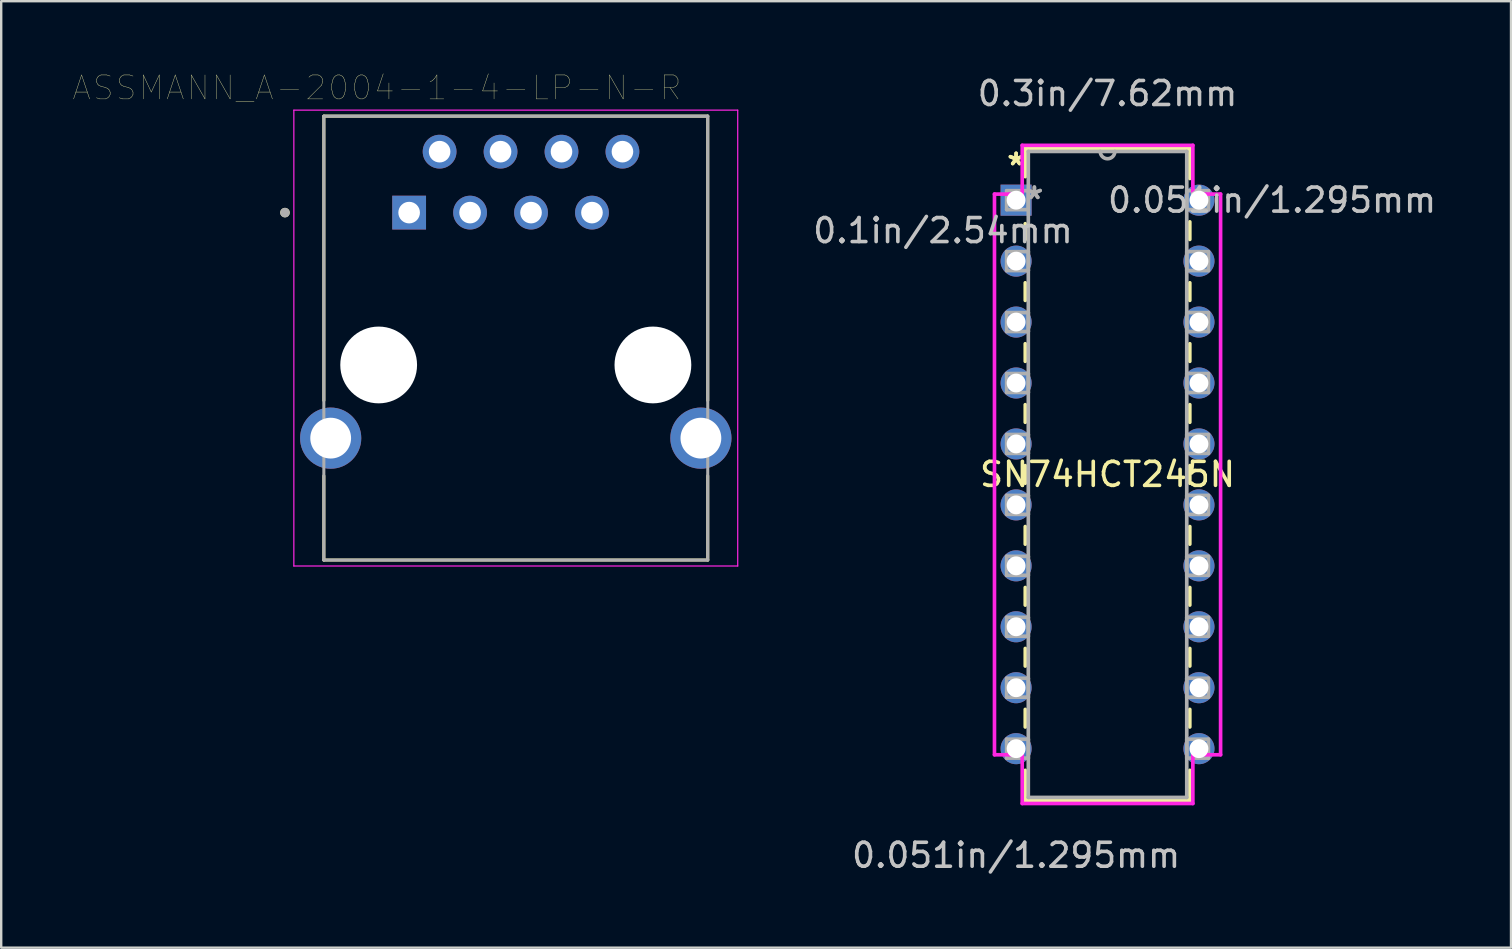
<source format=kicad_pcb>
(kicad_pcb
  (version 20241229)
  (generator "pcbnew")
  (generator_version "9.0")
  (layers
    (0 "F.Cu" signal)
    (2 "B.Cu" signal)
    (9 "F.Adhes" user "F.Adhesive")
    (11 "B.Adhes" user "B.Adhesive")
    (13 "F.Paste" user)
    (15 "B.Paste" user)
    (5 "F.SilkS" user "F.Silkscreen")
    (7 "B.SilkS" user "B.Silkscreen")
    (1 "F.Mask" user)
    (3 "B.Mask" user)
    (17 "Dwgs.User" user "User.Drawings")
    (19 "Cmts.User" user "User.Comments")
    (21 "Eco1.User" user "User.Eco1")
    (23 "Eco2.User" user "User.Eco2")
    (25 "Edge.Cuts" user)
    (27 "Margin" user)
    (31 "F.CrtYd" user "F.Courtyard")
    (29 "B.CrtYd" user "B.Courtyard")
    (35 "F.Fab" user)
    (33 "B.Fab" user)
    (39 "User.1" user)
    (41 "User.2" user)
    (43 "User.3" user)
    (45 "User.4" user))
  (footprint "SN74HCT245N"
    (layer "F.Cu")
    (at 46.92 28.153)
    (property "Reference" "SN74HCT245N" (at -3.81 -11.43 0) (layer "F.SilkS") (effects (font (size 1 1) (thickness 0.15))))
    (attr through_hole)
    (fp_line (start -7.239 -25.019) (end -7.239 -23.84) (stroke (width 0.152) (type solid)) (layer "F.SilkS"))
    (fp_line (start -7.239 -21.88) (end -7.239 -21.223) (stroke (width 0.152) (type solid)) (layer "F.SilkS"))
    (fp_line (start -7.239 -19.417) (end -7.239 -18.683) (stroke (width 0.152) (type solid)) (layer "F.SilkS"))
    (fp_line (start -7.239 -16.877) (end -7.239 -16.143) (stroke (width 0.152) (type solid)) (layer "F.SilkS"))
    (fp_line (start -7.239 -14.337) (end -7.239 -13.603) (stroke (width 0.152) (type solid)) (layer "F.SilkS"))
    (fp_line (start -7.239 -11.797) (end -7.239 -11.063) (stroke (width 0.152) (type solid)) (layer "F.SilkS"))
    (fp_line (start -7.239 -9.257) (end -7.239 -8.523) (stroke (width 0.152) (type solid)) (layer "F.SilkS"))
    (fp_line (start -7.239 -6.717) (end -7.239 -5.983) (stroke (width 0.152) (type solid)) (layer "F.SilkS"))
    (fp_line (start -7.239 -4.177) (end -7.239 -3.443) (stroke (width 0.152) (type solid)) (layer "F.SilkS"))
    (fp_line (start -7.239 -1.637) (end -7.239 -0.903) (stroke (width 0.152) (type solid)) (layer "F.SilkS"))
    (fp_line (start -7.239 0.903) (end -7.239 2.159) (stroke (width 0.152) (type solid)) (layer "F.SilkS"))
    (fp_line (start -7.239 2.159) (end -0.381 2.159) (stroke (width 0.152) (type solid)) (layer "F.SilkS"))
    (fp_line (start -0.381 -25.019) (end -7.239 -25.019) (stroke (width 0.152) (type solid)) (layer "F.SilkS"))
    (fp_line (start -0.381 -23.763) (end -0.381 -25.019) (stroke (width 0.152) (type solid)) (layer "F.SilkS"))
    (fp_line (start -0.381 -21.223) (end -0.381 -21.957) (stroke (width 0.152) (type solid)) (layer "F.SilkS"))
    (fp_line (start -0.381 -18.683) (end -0.381 -19.417) (stroke (width 0.152) (type solid)) (layer "F.SilkS"))
    (fp_line (start -0.381 -16.143) (end -0.381 -16.877) (stroke (width 0.152) (type solid)) (layer "F.SilkS"))
    (fp_line (start -0.381 -13.603) (end -0.381 -14.337) (stroke (width 0.152) (type solid)) (layer "F.SilkS"))
    (fp_line (start -0.381 -11.063) (end -0.381 -11.797) (stroke (width 0.152) (type solid)) (layer "F.SilkS"))
    (fp_line (start -0.381 -8.523) (end -0.381 -9.257) (stroke (width 0.152) (type solid)) (layer "F.SilkS"))
    (fp_line (start -0.381 -5.983) (end -0.381 -6.717) (stroke (width 0.152) (type solid)) (layer "F.SilkS"))
    (fp_line (start -0.381 -3.443) (end -0.381 -4.177) (stroke (width 0.152) (type solid)) (layer "F.SilkS"))
    (fp_line (start -0.381 -0.903) (end -0.381 -1.637) (stroke (width 0.152) (type solid)) (layer "F.SilkS"))
    (fp_line (start -0.381 2.159) (end -0.381 0.903) (stroke (width 0.152) (type solid)) (layer "F.SilkS"))
    (fp_line (start -8.522 -23.114) (end -8.522 0.254) (stroke (width 0.152) (type solid)) (layer "F.CrtYd"))
    (fp_line (start -8.522 0.254) (end -7.366 0.254) (stroke (width 0.152) (type solid)) (layer "F.CrtYd"))
    (fp_line (start -7.366 -25.146) (end -7.366 -23.114) (stroke (width 0.152) (type solid)) (layer "F.CrtYd"))
    (fp_line (start -7.366 -23.114) (end -8.522 -23.114) (stroke (width 0.152) (type solid)) (layer "F.CrtYd"))
    (fp_line (start -7.366 0.254) (end -7.366 2.286) (stroke (width 0.152) (type solid)) (layer "F.CrtYd"))
    (fp_line (start -7.366 2.286) (end -0.254 2.286) (stroke (width 0.152) (type solid)) (layer "F.CrtYd"))
    (fp_line (start -0.254 -25.146) (end -7.366 -25.146) (stroke (width 0.152) (type solid)) (layer "F.CrtYd"))
    (fp_line (start -0.254 -23.114) (end -0.254 -25.146) (stroke (width 0.152) (type solid)) (layer "F.CrtYd"))
    (fp_line (start -0.254 0.254) (end 0.902 0.254) (stroke (width 0.152) (type solid)) (layer "F.CrtYd"))
    (fp_line (start -0.254 2.286) (end -0.254 0.254) (stroke (width 0.152) (type solid)) (layer "F.CrtYd"))
    (fp_line (start 0.902 -23.114) (end -0.254 -23.114) (stroke (width 0.152) (type solid)) (layer "F.CrtYd"))
    (fp_line (start 0.902 0.254) (end 0.902 -23.114) (stroke (width 0.152) (type solid)) (layer "F.CrtYd"))
    (fp_line (start -8.014 -23.254) (end -8.014 -22.466) (stroke (width 0.152) (type solid)) (layer "F.Fab"))
    (fp_line (start -8.014 -22.466) (end -7.112 -22.466) (stroke (width 0.152) (type solid)) (layer "F.Fab"))
    (fp_line (start -8.014 -20.714) (end -8.014 -19.926) (stroke (width 0.152) (type solid)) (layer "F.Fab"))
    (fp_line (start -8.014 -19.926) (end -7.112 -19.926) (stroke (width 0.152) (type solid)) (layer "F.Fab"))
    (fp_line (start -8.014 -18.174) (end -8.014 -17.386) (stroke (width 0.152) (type solid)) (layer "F.Fab"))
    (fp_line (start -8.014 -17.386) (end -7.112 -17.386) (stroke (width 0.152) (type solid)) (layer "F.Fab"))
    (fp_line (start -8.014 -15.634) (end -8.014 -14.846) (stroke (width 0.152) (type solid)) (layer "F.Fab"))
    (fp_line (start -8.014 -14.846) (end -7.112 -14.846) (stroke (width 0.152) (type solid)) (layer "F.Fab"))
    (fp_line (start -8.014 -13.094) (end -8.014 -12.306) (stroke (width 0.152) (type solid)) (layer "F.Fab"))
    (fp_line (start -8.014 -12.306) (end -7.112 -12.306) (stroke (width 0.152) (type solid)) (layer "F.Fab"))
    (fp_line (start -8.014 -10.554) (end -8.014 -9.766) (stroke (width 0.152) (type solid)) (layer "F.Fab"))
    (fp_line (start -8.014 -9.766) (end -7.112 -9.766) (stroke (width 0.152) (type solid)) (layer "F.Fab"))
    (fp_line (start -8.014 -8.014) (end -8.014 -7.226) (stroke (width 0.152) (type solid)) (layer "F.Fab"))
    (fp_line (start -8.014 -7.226) (end -7.112 -7.226) (stroke (width 0.152) (type solid)) (layer "F.Fab"))
    (fp_line (start -8.014 -5.474) (end -8.014 -4.686) (stroke (width 0.152) (type solid)) (layer "F.Fab"))
    (fp_line (start -8.014 -4.686) (end -7.112 -4.686) (stroke (width 0.152) (type solid)) (layer "F.Fab"))
    (fp_line (start -8.014 -2.934) (end -8.014 -2.146) (stroke (width 0.152) (type solid)) (layer "F.Fab"))
    (fp_line (start -8.014 -2.146) (end -7.112 -2.146) (stroke (width 0.152) (type solid)) (layer "F.Fab"))
    (fp_line (start -8.014 -0.394) (end -8.014 0.394) (stroke (width 0.152) (type solid)) (layer "F.Fab"))
    (fp_line (start -8.014 0.394) (end -7.112 0.394) (stroke (width 0.152) (type solid)) (layer "F.Fab"))
    (fp_line (start -7.112 -24.892) (end -7.112 2.032) (stroke (width 0.152) (type solid)) (layer "F.Fab"))
    (fp_line (start -7.112 -23.254) (end -8.014 -23.254) (stroke (width 0.152) (type solid)) (layer "F.Fab"))
    (fp_line (start -7.112 -22.466) (end -7.112 -23.254) (stroke (width 0.152) (type solid)) (layer "F.Fab"))
    (fp_line (start -7.112 -20.714) (end -8.014 -20.714) (stroke (width 0.152) (type solid)) (layer "F.Fab"))
    (fp_line (start -7.112 -19.926) (end -7.112 -20.714) (stroke (width 0.152) (type solid)) (layer "F.Fab"))
    (fp_line (start -7.112 -18.174) (end -8.014 -18.174) (stroke (width 0.152) (type solid)) (layer "F.Fab"))
    (fp_line (start -7.112 -17.386) (end -7.112 -18.174) (stroke (width 0.152) (type solid)) (layer "F.Fab"))
    (fp_line (start -7.112 -15.634) (end -8.014 -15.634) (stroke (width 0.152) (type solid)) (layer "F.Fab"))
    (fp_line (start -7.112 -14.846) (end -7.112 -15.634) (stroke (width 0.152) (type solid)) (layer "F.Fab"))
    (fp_line (start -7.112 -13.094) (end -8.014 -13.094) (stroke (width 0.152) (type solid)) (layer "F.Fab"))
    (fp_line (start -7.112 -12.306) (end -7.112 -13.094) (stroke (width 0.152) (type solid)) (layer "F.Fab"))
    (fp_line (start -7.112 -10.554) (end -8.014 -10.554) (stroke (width 0.152) (type solid)) (layer "F.Fab"))
    (fp_line (start -7.112 -9.766) (end -7.112 -10.554) (stroke (width 0.152) (type solid)) (layer "F.Fab"))
    (fp_line (start -7.112 -8.014) (end -8.014 -8.014) (stroke (width 0.152) (type solid)) (layer "F.Fab"))
    (fp_line (start -7.112 -7.226) (end -7.112 -8.014) (stroke (width 0.152) (type solid)) (layer "F.Fab"))
    (fp_line (start -7.112 -5.474) (end -8.014 -5.474) (stroke (width 0.152) (type solid)) (layer "F.Fab"))
    (fp_line (start -7.112 -4.686) (end -7.112 -5.474) (stroke (width 0.152) (type solid)) (layer "F.Fab"))
    (fp_line (start -7.112 -2.934) (end -8.014 -2.934) (stroke (width 0.152) (type solid)) (layer "F.Fab"))
    (fp_line (start -7.112 -2.146) (end -7.112 -2.934) (stroke (width 0.152) (type solid)) (layer "F.Fab"))
    (fp_line (start -7.112 -0.394) (end -8.014 -0.394) (stroke (width 0.152) (type solid)) (layer "F.Fab"))
    (fp_line (start -7.112 0.394) (end -7.112 -0.394) (stroke (width 0.152) (type solid)) (layer "F.Fab"))
    (fp_line (start -7.112 2.032) (end -0.508 2.032) (stroke (width 0.152) (type solid)) (layer "F.Fab"))
    (fp_line (start -0.508 -24.892) (end -7.112 -24.892) (stroke (width 0.152) (type solid)) (layer "F.Fab"))
    (fp_line (start -0.508 -23.254) (end -0.508 -22.466) (stroke (width 0.152) (type solid)) (layer "F.Fab"))
    (fp_line (start -0.508 -22.466) (end 0.394 -22.466) (stroke (width 0.152) (type solid)) (layer "F.Fab"))
    (fp_line (start -0.508 -20.714) (end -0.508 -19.926) (stroke (width 0.152) (type solid)) (layer "F.Fab"))
    (fp_line (start -0.508 -19.926) (end 0.394 -19.926) (stroke (width 0.152) (type solid)) (layer "F.Fab"))
    (fp_line (start -0.508 -18.174) (end -0.508 -17.386) (stroke (width 0.152) (type solid)) (layer "F.Fab"))
    (fp_line (start -0.508 -17.386) (end 0.394 -17.386) (stroke (width 0.152) (type solid)) (layer "F.Fab"))
    (fp_line (start -0.508 -15.634) (end -0.508 -14.846) (stroke (width 0.152) (type solid)) (layer "F.Fab"))
    (fp_line (start -0.508 -14.846) (end 0.394 -14.846) (stroke (width 0.152) (type solid)) (layer "F.Fab"))
    (fp_line (start -0.508 -13.094) (end -0.508 -12.306) (stroke (width 0.152) (type solid)) (layer "F.Fab"))
    (fp_line (start -0.508 -12.306) (end 0.394 -12.306) (stroke (width 0.152) (type solid)) (layer "F.Fab"))
    (fp_line (start -0.508 -10.554) (end -0.508 -9.766) (stroke (width 0.152) (type solid)) (layer "F.Fab"))
    (fp_line (start -0.508 -9.766) (end 0.394 -9.766) (stroke (width 0.152) (type solid)) (layer "F.Fab"))
    (fp_line (start -0.508 -8.014) (end -0.508 -7.226) (stroke (width 0.152) (type solid)) (layer "F.Fab"))
    (fp_line (start -0.508 -7.226) (end 0.394 -7.226) (stroke (width 0.152) (type solid)) (layer "F.Fab"))
    (fp_line (start -0.508 -5.474) (end -0.508 -4.686) (stroke (width 0.152) (type solid)) (layer "F.Fab"))
    (fp_line (start -0.508 -4.686) (end 0.394 -4.686) (stroke (width 0.152) (type solid)) (layer "F.Fab"))
    (fp_line (start -0.508 -2.934) (end -0.508 -2.146) (stroke (width 0.152) (type solid)) (layer "F.Fab"))
    (fp_line (start -0.508 -2.146) (end 0.394 -2.146) (stroke (width 0.152) (type solid)) (layer "F.Fab"))
    (fp_line (start -0.508 -0.394) (end -0.508 0.394) (stroke (width 0.152) (type solid)) (layer "F.Fab"))
    (fp_line (start -0.508 0.394) (end 0.394 0.394) (stroke (width 0.152) (type solid)) (layer "F.Fab"))
    (fp_line (start -0.508 2.032) (end -0.508 -24.892) (stroke (width 0.152) (type solid)) (layer "F.Fab"))
    (fp_line (start 0.394 -23.254) (end -0.508 -23.254) (stroke (width 0.152) (type solid)) (layer "F.Fab"))
    (fp_line (start 0.394 -22.466) (end 0.394 -23.254) (stroke (width 0.152) (type solid)) (layer "F.Fab"))
    (fp_line (start 0.394 -20.714) (end -0.508 -20.714) (stroke (width 0.152) (type solid)) (layer "F.Fab"))
    (fp_line (start 0.394 -19.926) (end 0.394 -20.714) (stroke (width 0.152) (type solid)) (layer "F.Fab"))
    (fp_line (start 0.394 -18.174) (end -0.508 -18.174) (stroke (width 0.152) (type solid)) (layer "F.Fab"))
    (fp_line (start 0.394 -17.386) (end 0.394 -18.174) (stroke (width 0.152) (type solid)) (layer "F.Fab"))
    (fp_line (start 0.394 -15.634) (end -0.508 -15.634) (stroke (width 0.152) (type solid)) (layer "F.Fab"))
    (fp_line (start 0.394 -14.846) (end 0.394 -15.634) (stroke (width 0.152) (type solid)) (layer "F.Fab"))
    (fp_line (start 0.394 -13.094) (end -0.508 -13.094) (stroke (width 0.152) (type solid)) (layer "F.Fab"))
    (fp_line (start 0.394 -12.306) (end 0.394 -13.094) (stroke (width 0.152) (type solid)) (layer "F.Fab"))
    (fp_line (start 0.394 -10.554) (end -0.508 -10.554) (stroke (width 0.152) (type solid)) (layer "F.Fab"))
    (fp_line (start 0.394 -9.766) (end 0.394 -10.554) (stroke (width 0.152) (type solid)) (layer "F.Fab"))
    (fp_line (start 0.394 -8.014) (end -0.508 -8.014) (stroke (width 0.152) (type solid)) (layer "F.Fab"))
    (fp_line (start 0.394 -7.226) (end 0.394 -8.014) (stroke (width 0.152) (type solid)) (layer "F.Fab"))
    (fp_line (start 0.394 -5.474) (end -0.508 -5.474) (stroke (width 0.152) (type solid)) (layer "F.Fab"))
    (fp_line (start 0.394 -4.686) (end 0.394 -5.474) (stroke (width 0.152) (type solid)) (layer "F.Fab"))
    (fp_line (start 0.394 -2.934) (end -0.508 -2.934) (stroke (width 0.152) (type solid)) (layer "F.Fab"))
    (fp_line (start 0.394 -2.146) (end 0.394 -2.934) (stroke (width 0.152) (type solid)) (layer "F.Fab"))
    (fp_line (start 0.394 -0.394) (end -0.508 -0.394) (stroke (width 0.152) (type solid)) (layer "F.Fab"))
    (fp_line (start 0.394 0.394) (end 0.394 -0.394) (stroke (width 0.152) (type solid)) (layer "F.Fab"))
    (fp_arc (start -3.5052 -24.892) (mid -3.81 -24.5872) (end -4.1148 -24.892) (stroke (width 0.1524) (type solid)) (layer "F.Fab"))
    (fp_text user "*" (at -7.62 -24.27 0) (layer "F.SilkS") (effects (font (size 1 1) (thickness 0.15))))
    (fp_text user "*" (at -7.62 -24.27 0) (layer "F.SilkS") (effects (font (size 1 1) (thickness 0.15))))
    (fp_text user "0.051in/1.295mm" (at 3.048 -22.86 0) (layer "Dwgs.User") (effects (font (size 1 1) (thickness 0.15))))
    (fp_text user "0.1in/2.54mm" (at -10.668 -21.59 0) (layer "Dwgs.User") (effects (font (size 1 1) (thickness 0.15))))
    (fp_text user "0.051in/1.295mm" (at -7.62 4.445 0) (layer "Dwgs.User") (effects (font (size 1 1) (thickness 0.15))))
    (fp_text user "0.3in/7.62mm" (at -3.81 -27.305 0) (layer "Dwgs.User") (effects (font (size 1 1) (thickness 0.15))))
    (fp_text user "Copyright 2016 Accelerated Designs. All rights reserved." (at 0 0 0) (layer "Cmts.User") (effects (font (size 0.127 0.127) (thickness 0.002))))
    (fp_text user "*" (at -6.858 -22.86 0) (layer "F.Fab") (effects (font (size 1 1) (thickness 0.15))))
    (fp_text user "*" (at -6.858 -22.86 0) (layer "F.Fab") (effects (font (size 1 1) (thickness 0.15))))
    (pad "1" thru_hole rect (at -7.62 -22.86) (size 1.295 1.295) (drill 0.787) (layers "*.Cu" "*.Mask"))
    (pad "2" thru_hole circle (at -7.62 -20.32) (size 1.295 1.295) (drill 0.787) (layers "*.Cu" "*.Mask"))
    (pad "3" thru_hole circle (at -7.62 -17.78) (size 1.295 1.295) (drill 0.787) (layers "*.Cu" "*.Mask"))
    (pad "4" thru_hole circle (at -7.62 -15.24) (size 1.295 1.295) (drill 0.787) (layers "*.Cu" "*.Mask"))
    (pad "5" thru_hole circle (at -7.62 -12.7) (size 1.295 1.295) (drill 0.787) (layers "*.Cu" "*.Mask"))
    (pad "6" thru_hole circle (at -7.62 -10.16) (size 1.295 1.295) (drill 0.787) (layers "*.Cu" "*.Mask"))
    (pad "7" thru_hole circle (at -7.62 -7.62) (size 1.295 1.295) (drill 0.787) (layers "*.Cu" "*.Mask"))
    (pad "8" thru_hole circle (at -7.62 -5.08) (size 1.295 1.295) (drill 0.787) (layers "*.Cu" "*.Mask"))
    (pad "9" thru_hole circle (at -7.62 -2.54) (size 1.295 1.295) (drill 0.787) (layers "*.Cu" "*.Mask"))
    (pad "10" thru_hole circle (at -7.62 0) (size 1.295 1.295) (drill 0.787) (layers "*.Cu" "*.Mask"))
    (pad "11" thru_hole circle (at 0 0) (size 1.295 1.295) (drill 0.787) (layers "*.Cu" "*.Mask"))
    (pad "12" thru_hole circle (at 0 -2.54) (size 1.295 1.295) (drill 0.787) (layers "*.Cu" "*.Mask"))
    (pad "13" thru_hole circle (at 0 -5.08) (size 1.295 1.295) (drill 0.787) (layers "*.Cu" "*.Mask"))
    (pad "14" thru_hole circle (at 0 -7.62) (size 1.295 1.295) (drill 0.787) (layers "*.Cu" "*.Mask"))
    (pad "15" thru_hole circle (at 0 -10.16) (size 1.295 1.295) (drill 0.787) (layers "*.Cu" "*.Mask"))
    (pad "16" thru_hole circle (at 0 -12.7) (size 1.295 1.295) (drill 0.787) (layers "*.Cu" "*.Mask"))
    (pad "17" thru_hole circle (at 0 -15.24) (size 1.295 1.295) (drill 0.787) (layers "*.Cu" "*.Mask"))
    (pad "18" thru_hole circle (at 0 -17.78) (size 1.295 1.295) (drill 0.787) (layers "*.Cu" "*.Mask"))
    (pad "19" thru_hole circle (at 0 -20.32) (size 1.295 1.295) (drill 0.787) (layers "*.Cu" "*.Mask"))
    (pad "20" thru_hole circle (at 0 -22.86) (size 1.295 1.295) (drill 0.787) (layers "*.Cu" "*.Mask")))
  (footprint "ASSMANN_A-2004-1-4-LP-N-R"
    (layer "F.Cu")
    (at 18.447 12.161)
    (property "Reference" "ASSMANN_A-2004-1-4-LP-N-R" (at -5.787 -11.55 0) (layer "F.SilkS") (effects (font (size 1 1) (thickness 0.015))))
    (attr through_hole)
    (fp_line (start -8 -10.37) (end 8 -10.37) (stroke (width 0.127) (type solid)) (layer "F.SilkS"))
    (fp_line (start -8 1.48) (end -8 -10.37) (stroke (width 0.127) (type solid)) (layer "F.SilkS"))
    (fp_line (start -8 8.13) (end -8 4.62) (stroke (width 0.127) (type solid)) (layer "F.SilkS"))
    (fp_line (start 8 -10.37) (end 8 1.48) (stroke (width 0.127) (type solid)) (layer "F.SilkS"))
    (fp_line (start 8 4.62) (end 8 8.13) (stroke (width 0.127) (type solid)) (layer "F.SilkS"))
    (fp_line (start 8 8.13) (end -8 8.13) (stroke (width 0.127) (type solid)) (layer "F.SilkS"))
    (fp_circle (center -9.62 -6.35) (end -9.52 -6.35) (stroke (width 0.2) (type solid)) (fill no) (layer "F.SilkS"))
    (fp_line (start -9.25 -10.62) (end 9.25 -10.62) (stroke (width 0.05) (type solid)) (layer "F.CrtYd"))
    (fp_line (start -9.25 8.38) (end -9.25 -10.62) (stroke (width 0.05) (type solid)) (layer "F.CrtYd"))
    (fp_line (start 9.25 -10.62) (end 9.25 8.38) (stroke (width 0.05) (type solid)) (layer "F.CrtYd"))
    (fp_line (start 9.25 8.38) (end -9.25 8.38) (stroke (width 0.05) (type solid)) (layer "F.CrtYd"))
    (fp_line (start -8 -10.37) (end 8 -10.37) (stroke (width 0.127) (type solid)) (layer "F.Fab"))
    (fp_line (start -8 8.13) (end -8 -10.37) (stroke (width 0.127) (type solid)) (layer "F.Fab"))
    (fp_line (start 8 -10.37) (end 8 8.13) (stroke (width 0.127) (type solid)) (layer "F.Fab"))
    (fp_line (start 8 8.13) (end -8 8.13) (stroke (width 0.127) (type solid)) (layer "F.Fab"))
    (fp_circle (center -9.62 -6.35) (end -9.52 -6.35) (stroke (width 0.2) (type solid)) (fill no) (layer "F.Fab"))
    (pad "" np_thru_hole circle (at -5.715 0) (size 3.2 3.2) (drill 3.2) (layers "*.Cu" "*.Mask"))
    (pad "" np_thru_hole circle (at 5.715 0) (size 3.2 3.2) (drill 3.2) (layers "*.Cu" "*.Mask"))
    (pad "1" thru_hole rect (at -4.445 -6.35) (size 1.408 1.408) (drill 0.9) (layers "*.Cu" "*.Mask"))
    (pad "2" thru_hole circle (at -3.175 -8.89) (size 1.408 1.408) (drill 0.9) (layers "*.Cu" "*.Mask"))
    (pad "3" thru_hole circle (at -1.905 -6.35) (size 1.408 1.408) (drill 0.9) (layers "*.Cu" "*.Mask"))
    (pad "4" thru_hole circle (at -0.635 -8.89) (size 1.408 1.408) (drill 0.9) (layers "*.Cu" "*.Mask"))
    (pad "5" thru_hole circle (at 0.635 -6.35) (size 1.408 1.408) (drill 0.9) (layers "*.Cu" "*.Mask"))
    (pad "6" thru_hole circle (at 1.905 -8.89) (size 1.408 1.408) (drill 0.9) (layers "*.Cu" "*.Mask"))
    (pad "7" thru_hole circle (at 3.175 -6.35) (size 1.408 1.408) (drill 0.9) (layers "*.Cu" "*.Mask"))
    (pad "8" thru_hole circle (at 4.445 -8.89) (size 1.408 1.408) (drill 0.9) (layers "*.Cu" "*.Mask"))
    (pad "S1" thru_hole circle (at -7.715 3.05) (size 2.55 2.55) (drill 1.7) (layers "*.Cu" "*.Mask"))
    (pad "S2" thru_hole circle (at 7.715 3.05) (size 2.55 2.55) (drill 1.7) (layers "*.Cu" "*.Mask")))
  (gr_rect
    (start -3 -3)
    (end 59.926 36.447)
    (stroke (width 0.1) (type default))
    (fill no)
    (layer "Edge.Cuts")))
</source>
